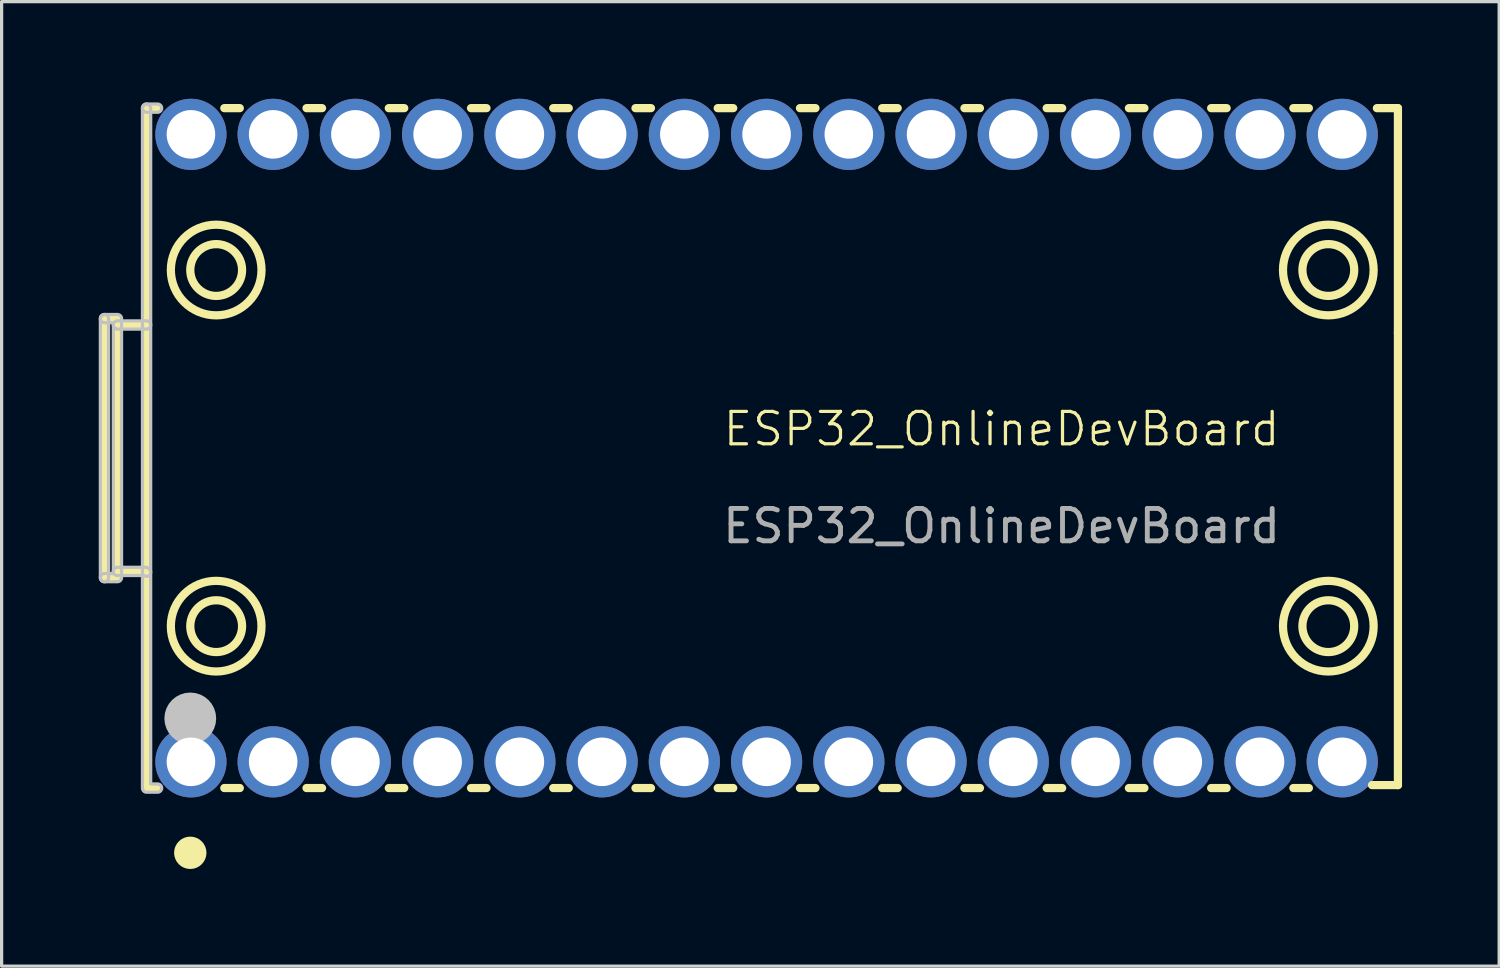
<source format=kicad_pcb>
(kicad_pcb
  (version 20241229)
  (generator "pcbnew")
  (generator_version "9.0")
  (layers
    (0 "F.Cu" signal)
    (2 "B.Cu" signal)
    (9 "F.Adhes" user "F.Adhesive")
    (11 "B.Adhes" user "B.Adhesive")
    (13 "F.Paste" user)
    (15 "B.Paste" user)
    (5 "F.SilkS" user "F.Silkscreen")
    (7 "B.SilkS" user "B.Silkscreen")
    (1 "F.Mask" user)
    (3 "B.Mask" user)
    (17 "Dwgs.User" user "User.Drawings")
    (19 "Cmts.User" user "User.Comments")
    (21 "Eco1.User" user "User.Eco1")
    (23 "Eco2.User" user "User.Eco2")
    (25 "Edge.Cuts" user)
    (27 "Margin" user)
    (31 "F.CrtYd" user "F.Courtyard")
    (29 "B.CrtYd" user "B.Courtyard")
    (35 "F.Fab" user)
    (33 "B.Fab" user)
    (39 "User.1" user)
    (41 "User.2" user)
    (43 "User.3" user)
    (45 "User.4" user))
  (footprint "ESP32_OnlineDevBoard"
    (layer "F.Cu")
    (at 26.977 10.699)
    (property "Reference" "ESP32_OnlineDevBoard" (at 0.909 -0.5 0) (unlocked yes) (layer "F.SilkS") (effects (font (size 1 1) (thickness 0.1))))
    (attr through_hole)
    (fp_line (start -26.8 -3.908) (end -26.8 4.091) (stroke (width 0.254) (type default)) (layer "F.SilkS"))
    (fp_line (start -26.8 -3.908) (end -26.399 -3.908) (stroke (width 0.254) (type default)) (layer "F.SilkS"))
    (fp_line (start -26.399 -3.908) (end -26.399 4.091) (stroke (width 0.254) (type default)) (layer "F.SilkS"))
    (fp_line (start -26.399 -3.711) (end -25.5 -3.711) (stroke (width 0.254) (type default)) (layer "F.SilkS"))
    (fp_line (start -26.399 3.9) (end -25.525 3.9) (stroke (width 0.254) (type default)) (layer "F.SilkS"))
    (fp_line (start -26.399 4.091) (end -26.8 4.091) (stroke (width 0.254) (type default)) (layer "F.SilkS"))
    (fp_line (start -25.525 3.9) (end -25.5 3.926) (stroke (width 0.254) (type default)) (layer "F.SilkS"))
    (fp_line (start -25.5 -10.409) (end -25.5 10.591) (stroke (width 0.254) (type default)) (layer "F.SilkS"))
    (fp_line (start -25.5 10.591) (end -25.161 10.591) (stroke (width 0.254) (type default)) (layer "F.SilkS"))
    (fp_line (start -25.161 -10.409) (end -25.5 -10.409) (stroke (width 0.254) (type default)) (layer "F.SilkS"))
    (fp_line (start -23.099 10.591) (end -22.621 10.591) (stroke (width 0.254) (type default)) (layer "F.SilkS"))
    (fp_line (start -22.621 -10.409) (end -23.099 -10.409) (stroke (width 0.254) (type default)) (layer "F.SilkS"))
    (fp_line (start -20.559 10.591) (end -20.081 10.591) (stroke (width 0.254) (type default)) (layer "F.SilkS"))
    (fp_line (start -20.081 -10.409) (end -20.559 -10.409) (stroke (width 0.254) (type default)) (layer "F.SilkS"))
    (fp_line (start -18.019 10.591) (end -17.541 10.591) (stroke (width 0.254) (type default)) (layer "F.SilkS"))
    (fp_line (start -17.541 -10.409) (end -18.019 -10.409) (stroke (width 0.254) (type default)) (layer "F.SilkS"))
    (fp_line (start -15.479 10.591) (end -15.001 10.591) (stroke (width 0.254) (type default)) (layer "F.SilkS"))
    (fp_line (start -15.001 -10.409) (end -15.479 -10.409) (stroke (width 0.254) (type default)) (layer "F.SilkS"))
    (fp_line (start -12.939 10.591) (end -12.461 10.591) (stroke (width 0.254) (type default)) (layer "F.SilkS"))
    (fp_line (start -12.461 -10.409) (end -12.939 -10.409) (stroke (width 0.254) (type default)) (layer "F.SilkS"))
    (fp_line (start -10.399 10.591) (end -9.921 10.591) (stroke (width 0.254) (type default)) (layer "F.SilkS"))
    (fp_line (start -9.921 -10.409) (end -10.399 -10.409) (stroke (width 0.254) (type default)) (layer "F.SilkS"))
    (fp_line (start -7.859 10.591) (end -7.381 10.591) (stroke (width 0.254) (type default)) (layer "F.SilkS"))
    (fp_line (start -7.381 -10.409) (end -7.859 -10.409) (stroke (width 0.254) (type default)) (layer "F.SilkS"))
    (fp_line (start -5.319 10.591) (end -4.841 10.591) (stroke (width 0.254) (type default)) (layer "F.SilkS"))
    (fp_line (start -4.841 -10.409) (end -5.319 -10.409) (stroke (width 0.254) (type default)) (layer "F.SilkS"))
    (fp_line (start -2.779 10.591) (end -2.301 10.591) (stroke (width 0.254) (type default)) (layer "F.SilkS"))
    (fp_line (start -2.301 -10.409) (end -2.779 -10.409) (stroke (width 0.254) (type default)) (layer "F.SilkS"))
    (fp_line (start -0.239 10.591) (end 0.239 10.591) (stroke (width 0.254) (type default)) (layer "F.SilkS"))
    (fp_line (start 0.239 -10.409) (end -0.239 -10.409) (stroke (width 0.254) (type default)) (layer "F.SilkS"))
    (fp_line (start 2.301 10.591) (end 2.779 10.591) (stroke (width 0.254) (type default)) (layer "F.SilkS"))
    (fp_line (start 2.779 -10.409) (end 2.301 -10.409) (stroke (width 0.254) (type default)) (layer "F.SilkS"))
    (fp_line (start 4.841 10.591) (end 5.319 10.591) (stroke (width 0.254) (type default)) (layer "F.SilkS"))
    (fp_line (start 5.319 -10.409) (end 4.841 -10.409) (stroke (width 0.254) (type default)) (layer "F.SilkS"))
    (fp_line (start 7.381 10.591) (end 7.859 10.591) (stroke (width 0.254) (type default)) (layer "F.SilkS"))
    (fp_line (start 7.859 -10.409) (end 7.381 -10.409) (stroke (width 0.254) (type default)) (layer "F.SilkS"))
    (fp_line (start 9.921 10.591) (end 10.399 10.591) (stroke (width 0.254) (type default)) (layer "F.SilkS"))
    (fp_line (start 10.399 -10.409) (end 9.921 -10.409) (stroke (width 0.254) (type default)) (layer "F.SilkS"))
    (fp_line (start 13.15 -10.409) (end 12.5 -10.409) (stroke (width 0.254) (type default)) (layer "F.SilkS"))
    (fp_line (start 13.15 -3.48) (end 13.15 -10.409) (stroke (width 0.254) (type default)) (layer "F.SilkS"))
    (fp_line (start 13.15 -3.48) (end 13.15 10.5) (stroke (width 0.254) (type default)) (layer "F.SilkS"))
    (fp_line (start 13.15 10.5) (end 12.35 10.5) (stroke (width 0.254) (type default)) (layer "F.SilkS"))
    (fp_circle (center -24.15 12.591) (end -23.9 12.591) (stroke (width 0.5) (type default)) (fill no) (layer "F.SilkS"))
    (fp_circle (center -23.35 -5.409) (end -22.55 -5.409) (stroke (width 0.254) (type default)) (fill no) (layer "F.SilkS"))
    (fp_circle (center -23.35 -5.409) (end -21.95 -5.409) (stroke (width 0.254) (type default)) (fill no) (layer "F.SilkS"))
    (fp_circle (center -23.35 5.591) (end -22.55 5.591) (stroke (width 0.254) (type default)) (fill no) (layer "F.SilkS"))
    (fp_circle (center -23.35 5.591) (end -21.95 5.591) (stroke (width 0.254) (type default)) (fill no) (layer "F.SilkS"))
    (fp_circle (center 11 -5.409) (end 11.8 -5.409) (stroke (width 0.254) (type default)) (fill no) (layer "F.SilkS"))
    (fp_circle (center 11 -5.409) (end 12.4 -5.409) (stroke (width 0.254) (type default)) (fill no) (layer "F.SilkS"))
    (fp_circle (center 11 5.591) (end 11.8 5.591) (stroke (width 0.254) (type default)) (fill no) (layer "F.SilkS"))
    (fp_circle (center 11 5.591) (end 12.4 5.591) (stroke (width 0.254) (type default)) (fill no) (layer "F.SilkS"))
    (fp_circle (center -24.15 8.441) (end -23.75 8.441) (stroke (width 0.8) (type default)) (fill no) (layer "Dwgs.User"))
    (fp_poly (pts (arc (start -26.927 -3.908614) (mid -26.8 -4.035614) (end -26.673 -3.908614)) (arc (start -26.673 4.091386) (mid -26.8 4.218386) (end -26.927 4.091386))) (stroke (width 0.1) (type default)) (fill no) (layer "Dwgs.User"))
    (fp_poly (pts (arc (start -26.4 -3.584614) (mid -26.527 -3.711614) (end -26.4 -3.838614)) (arc (start -25.5 -3.838614) (mid -25.373 -3.711614) (end -25.5 -3.584614))) (stroke (width 0.1) (type default)) (fill no) (layer "Dwgs.User"))
    (fp_poly (pts (arc (start -25.161 -10.535614) (mid -25.034 -10.408614) (end -25.161 -10.281614)) (arc (start -25.5 -10.281614) (mid -25.627 -10.408614) (end -25.5 -10.535614))) (stroke (width 0.1) (type default)) (fill no) (layer "Dwgs.User"))
    (fp_poly (pts (arc (start -25.5 4.052386) (mid -25.540113 4.045885) (end -25.576 4.026886)) (arc (start -26.4 4.026886) (mid -26.489803 3.989689) (end -26.527 3.899886)) (arc (start -26.527 3.899886) (mid -26.489803 3.810083) (end -26.4 3.772886)) (arc (start -25.5255 3.772886) (mid -25.476736 3.782621) (end -25.4355 3.810386)) (arc (start -25.41 3.835386) (mid -25.382409 3.876678) (end -25.373 3.925386)) (arc (start -25.373 3.925386) (mid -25.410197 4.015189) (end -25.5 4.052386))) (stroke (width 0.1) (type default)) (fill no) (layer "Dwgs.User"))
    (fp_poly (pts (arc (start -25.627 -10.408114) (mid -25.5 -10.535114) (end -25.373 -10.408114)) (xy -25.373 10.465) (arc (start -25.161 10.464886) (mid -25.034 10.591886) (end -25.161 10.718886)) (arc (start -25.5 10.718886) (mid -25.589803 10.681689) (end -25.627 10.591886))) (stroke (width 0.1) (type default)) (fill no) (layer "Dwgs.User"))
    (fp_poly (pts (arc (start -26.8 -3.781614) (mid -26.927 -3.908614) (end -26.8 -4.035614)) (arc (start -26.4 -4.035614) (mid -26.310197 -3.998417) (end -26.273 -3.908614)) (arc (start -26.273 4.091386) (mid -26.310197 4.181189) (end -26.4 4.218386)) (arc (start -26.8 4.218386) (mid -26.927 4.091386) (end -26.8 3.964386)) (xy -26.527 3.964) (xy -26.527 -3.782)) (stroke (width 0.1) (type default)) (fill no) (layer "Dwgs.User"))
    (fp_poly (pts (xy -23.33 -10.409) (xy -23.33 -8.409) (xy -24.93 -8.409) (xy -24.93 -10.409)) (stroke (width 0.1) (type default)) (fill no) (layer "User.1"))
    (fp_poly (pts (xy -23.33 10.591) (xy -23.33 8.591) (xy -24.93 8.591) (xy -24.93 10.591)) (stroke (width 0.1) (type default)) (fill no) (layer "User.1"))
    (fp_poly (pts (xy -20.79 -10.409) (xy -20.79 -8.409) (xy -22.39 -8.409) (xy -22.39 -10.409)) (stroke (width 0.1) (type default)) (fill no) (layer "User.1"))
    (fp_poly (pts (xy -20.79 10.591) (xy -20.79 8.591) (xy -22.39 8.591) (xy -22.39 10.591)) (stroke (width 0.1) (type default)) (fill no) (layer "User.1"))
    (fp_poly (pts (xy -18.25 -10.409) (xy -18.25 -8.409) (xy -19.85 -8.409) (xy -19.85 -10.409)) (stroke (width 0.1) (type default)) (fill no) (layer "User.1"))
    (fp_poly (pts (xy -18.25 10.591) (xy -18.25 8.591) (xy -19.85 8.591) (xy -19.85 10.591)) (stroke (width 0.1) (type default)) (fill no) (layer "User.1"))
    (fp_poly (pts (xy -15.71 -10.409) (xy -15.71 -8.409) (xy -17.31 -8.409) (xy -17.31 -10.409)) (stroke (width 0.1) (type default)) (fill no) (layer "User.1"))
    (fp_poly (pts (xy -15.71 10.591) (xy -15.71 8.591) (xy -17.31 8.591) (xy -17.31 10.591)) (stroke (width 0.1) (type default)) (fill no) (layer "User.1"))
    (fp_poly (pts (xy -13.17 -10.409) (xy -13.17 -8.409) (xy -14.77 -8.409) (xy -14.77 -10.409)) (stroke (width 0.1) (type default)) (fill no) (layer "User.1"))
    (fp_poly (pts (xy -13.17 10.591) (xy -13.17 8.591) (xy -14.77 8.591) (xy -14.77 10.591)) (stroke (width 0.1) (type default)) (fill no) (layer "User.1"))
    (fp_poly (pts (xy -10.63 -10.409) (xy -10.63 -8.409) (xy -12.23 -8.409) (xy -12.23 -10.409)) (stroke (width 0.1) (type default)) (fill no) (layer "User.1"))
    (fp_poly (pts (xy -10.63 10.591) (xy -10.63 8.591) (xy -12.23 8.591) (xy -12.23 10.591)) (stroke (width 0.1) (type default)) (fill no) (layer "User.1"))
    (fp_poly (pts (xy -8.09 -10.409) (xy -8.09 -8.409) (xy -9.69 -8.409) (xy -9.69 -10.409)) (stroke (width 0.1) (type default)) (fill no) (layer "User.1"))
    (fp_poly (pts (xy -8.09 10.591) (xy -8.09 8.591) (xy -9.69 8.591) (xy -9.69 10.591)) (stroke (width 0.1) (type default)) (fill no) (layer "User.1"))
    (fp_poly (pts (xy -5.55 -10.409) (xy -5.55 -8.409) (xy -7.15 -8.409) (xy -7.15 -10.409)) (stroke (width 0.1) (type default)) (fill no) (layer "User.1"))
    (fp_poly (pts (xy -5.55 10.591) (xy -5.55 8.591) (xy -7.15 8.591) (xy -7.15 10.591)) (stroke (width 0.1) (type default)) (fill no) (layer "User.1"))
    (fp_poly (pts (xy -3.01 -10.409) (xy -3.01 -8.409) (xy -4.61 -8.409) (xy -4.61 -10.409)) (stroke (width 0.1) (type default)) (fill no) (layer "User.1"))
    (fp_poly (pts (xy -3.01 10.591) (xy -3.01 8.591) (xy -4.61 8.591) (xy -4.61 10.591)) (stroke (width 0.1) (type default)) (fill no) (layer "User.1"))
    (fp_poly (pts (xy -0.47 -10.409) (xy -0.47 -8.409) (xy -2.07 -8.409) (xy -2.07 -10.409)) (stroke (width 0.1) (type default)) (fill no) (layer "User.1"))
    (fp_poly (pts (xy -0.47 10.591) (xy -0.47 8.591) (xy -2.07 8.591) (xy -2.07 10.591)) (stroke (width 0.1) (type default)) (fill no) (layer "User.1"))
    (fp_poly (pts (xy 2.07 -10.409) (xy 2.07 -8.409) (xy 0.47 -8.409) (xy 0.47 -10.409)) (stroke (width 0.1) (type default)) (fill no) (layer "User.1"))
    (fp_poly (pts (xy 2.07 10.591) (xy 2.07 8.591) (xy 0.47 8.591) (xy 0.47 10.591)) (stroke (width 0.1) (type default)) (fill no) (layer "User.1"))
    (fp_poly (pts (xy 4.61 -10.409) (xy 4.61 -8.409) (xy 3.01 -8.409) (xy 3.01 -10.409)) (stroke (width 0.1) (type default)) (fill no) (layer "User.1"))
    (fp_poly (pts (xy 4.61 10.591) (xy 4.61 8.591) (xy 3.01 8.591) (xy 3.01 10.591)) (stroke (width 0.1) (type default)) (fill no) (layer "User.1"))
    (fp_poly (pts (xy 7.15 -10.409) (xy 7.15 -8.409) (xy 5.55 -8.409) (xy 5.55 -10.409)) (stroke (width 0.1) (type default)) (fill no) (layer "User.1"))
    (fp_poly (pts (xy 7.15 10.591) (xy 7.15 8.591) (xy 5.55 8.591) (xy 5.55 10.591)) (stroke (width 0.1) (type default)) (fill no) (layer "User.1"))
    (fp_poly (pts (xy 9.69 -10.409) (xy 9.69 -8.409) (xy 8.09 -8.409) (xy 8.09 -10.409)) (stroke (width 0.1) (type default)) (fill no) (layer "User.1"))
    (fp_poly (pts (xy 9.69 10.591) (xy 9.69 8.591) (xy 8.09 8.591) (xy 8.09 10.591)) (stroke (width 0.1) (type default)) (fill no) (layer "User.1"))
    (fp_poly (pts (xy 12.23 -10.409) (xy 12.23 -8.409) (xy 10.63 -8.409) (xy 10.63 -10.409)) (stroke (width 0.1) (type default)) (fill no) (layer "User.1"))
    (fp_poly (pts (xy 12.23 10.591) (xy 12.23 8.591) (xy 10.63 8.591) (xy 10.63 10.591)) (stroke (width 0.1) (type default)) (fill no) (layer "User.1"))
    (fp_line (start -25.5 -10.409) (end -25.5 10.591) (stroke (width 0.051) (type default)) (layer "User.2"))
    (fp_poly (pts (xy -25.44 10.591) (xy -25.458 10.549) (xy -25.5 10.531) (xy -25.542 10.549) (xy -25.56 10.591) (xy -25.542 10.634) (xy -25.5 10.651) (xy -25.458 10.634)) (stroke (width 0.1) (type default)) (fill no) (layer "User.3"))
    (fp_text user "${REFERENCE}" (at 0.909 2.5 0) (unlocked yes) (layer "F.Fab") (effects (font (size 1 1) (thickness 0.15))))
    (pad "1" thru_hole circle (at -24.13 9.781) (size 2.2 2.2) (drill 1.5) (layers "*.Cu" "*.Mask"))
    (pad "2" thru_hole circle (at -21.59 9.781) (size 2.2 2.2) (drill 1.5) (layers "*.Cu" "*.Mask"))
    (pad "3" thru_hole circle (at -19.05 9.781) (size 2.2 2.2) (drill 1.5) (layers "*.Cu" "*.Mask"))
    (pad "4" thru_hole circle (at -16.51 9.781) (size 2.2 2.2) (drill 1.5) (layers "*.Cu" "*.Mask"))
    (pad "5" thru_hole circle (at -13.97 9.781) (size 2.2 2.2) (drill 1.5) (layers "*.Cu" "*.Mask"))
    (pad "6" thru_hole circle (at -11.43 9.781) (size 2.2 2.2) (drill 1.5) (layers "*.Cu" "*.Mask"))
    (pad "7" thru_hole circle (at -8.89 9.781) (size 2.2 2.2) (drill 1.5) (layers "*.Cu" "*.Mask"))
    (pad "8" thru_hole circle (at -6.35 9.781) (size 2.2 2.2) (drill 1.5) (layers "*.Cu" "*.Mask"))
    (pad "9" thru_hole circle (at -3.81 9.781) (size 2.2 2.2) (drill 1.5) (layers "*.Cu" "*.Mask"))
    (pad "10" thru_hole circle (at -1.27 9.781) (size 2.2 2.2) (drill 1.5) (layers "*.Cu" "*.Mask"))
    (pad "11" thru_hole circle (at 1.27 9.781) (size 2.2 2.2) (drill 1.5) (layers "*.Cu" "*.Mask"))
    (pad "12" thru_hole circle (at 3.81 9.781) (size 2.2 2.2) (drill 1.5) (layers "*.Cu" "*.Mask"))
    (pad "13" thru_hole circle (at 6.35 9.781) (size 2.2 2.2) (drill 1.5) (layers "*.Cu" "*.Mask"))
    (pad "14" thru_hole circle (at 8.89 9.781) (size 2.2 2.2) (drill 1.5) (layers "*.Cu" "*.Mask"))
    (pad "15" thru_hole circle (at 11.43 9.781) (size 2.2 2.2) (drill 1.5) (layers "*.Cu" "*.Mask"))
    (pad "16" thru_hole circle (at 11.43 -9.599) (size 2.2 2.2) (drill 1.5) (layers "*.Cu" "*.Mask"))
    (pad "17" thru_hole circle (at 8.89 -9.599) (size 2.2 2.2) (drill 1.5) (layers "*.Cu" "*.Mask"))
    (pad "18" thru_hole circle (at 6.35 -9.599) (size 2.2 2.2) (drill 1.5) (layers "*.Cu" "*.Mask"))
    (pad "19" thru_hole circle (at 3.81 -9.599) (size 2.2 2.2) (drill 1.5) (layers "*.Cu" "*.Mask"))
    (pad "20" thru_hole circle (at 1.27 -9.599) (size 2.2 2.2) (drill 1.5) (layers "*.Cu" "*.Mask"))
    (pad "21" thru_hole circle (at -1.27 -9.599) (size 2.2 2.2) (drill 1.5) (layers "*.Cu" "*.Mask"))
    (pad "22" thru_hole circle (at -3.81 -9.599) (size 2.2 2.2) (drill 1.5) (layers "*.Cu" "*.Mask"))
    (pad "23" thru_hole circle (at -6.35 -9.599) (size 2.2 2.2) (drill 1.5) (layers "*.Cu" "*.Mask"))
    (pad "24" thru_hole circle (at -8.89 -9.599) (size 2.2 2.2) (drill 1.5) (layers "*.Cu" "*.Mask"))
    (pad "25" thru_hole circle (at -11.43 -9.599) (size 2.2 2.2) (drill 1.5) (layers "*.Cu" "*.Mask"))
    (pad "26" thru_hole circle (at -13.97 -9.599) (size 2.2 2.2) (drill 1.5) (layers "*.Cu" "*.Mask"))
    (pad "27" thru_hole circle (at -16.51 -9.599) (size 2.2 2.2) (drill 1.5) (layers "*.Cu" "*.Mask"))
    (pad "28" thru_hole circle (at -19.05 -9.599) (size 2.2 2.2) (drill 1.5) (layers "*.Cu" "*.Mask"))
    (pad "29" thru_hole circle (at -21.59 -9.599) (size 2.2 2.2) (drill 1.5) (layers "*.Cu" "*.Mask"))
    (pad "30" thru_hole circle (at -24.13 -9.599) (size 2.2 2.2) (drill 1.5) (layers "*.Cu" "*.Mask")))
  (gr_rect
    (start -3 -3)
    (end 43.254 26.79)
    (stroke (width 0.1) (type default))
    (fill no)
    (layer "Edge.Cuts")))
</source>
